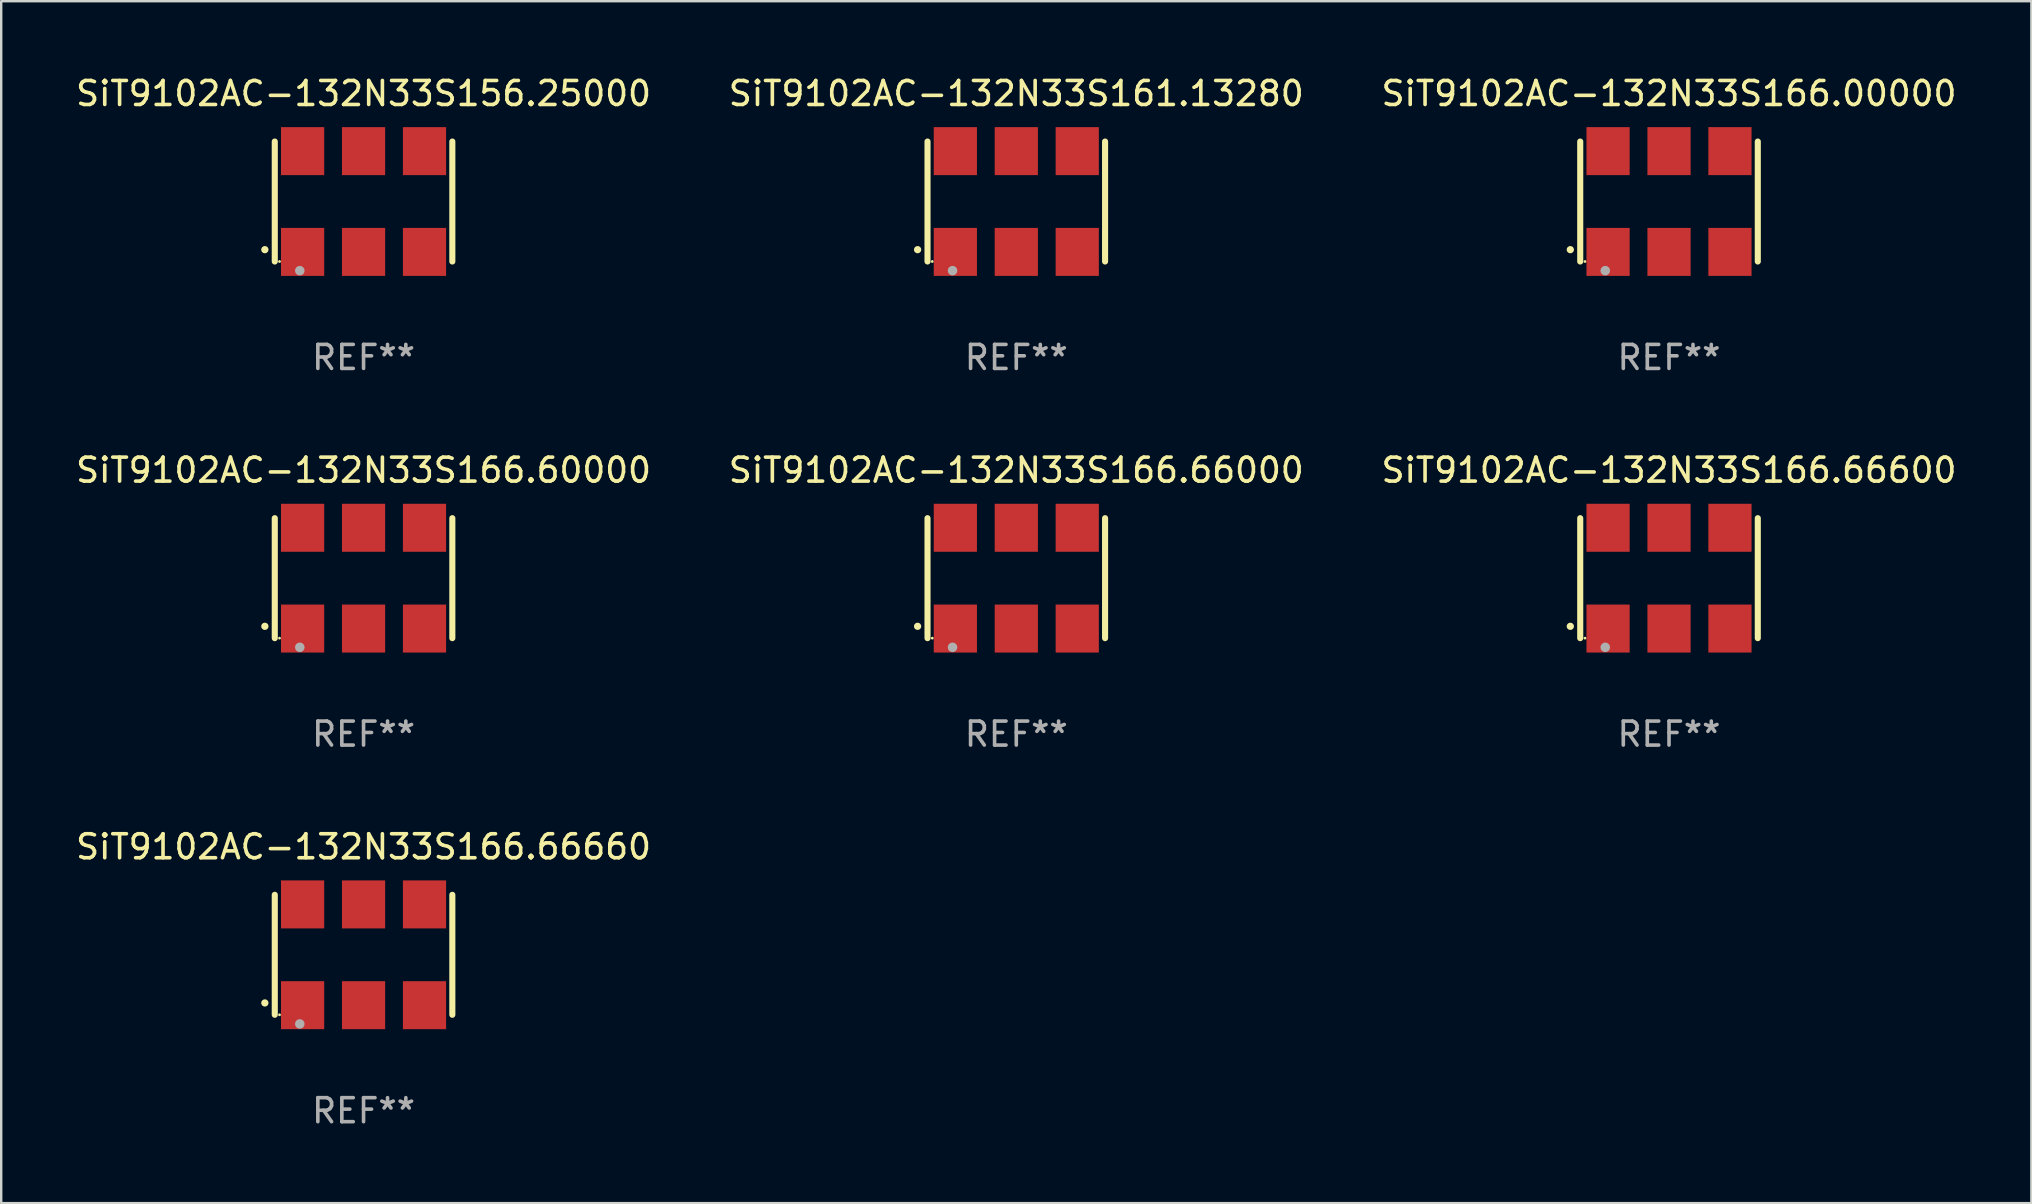
<source format=kicad_pcb>
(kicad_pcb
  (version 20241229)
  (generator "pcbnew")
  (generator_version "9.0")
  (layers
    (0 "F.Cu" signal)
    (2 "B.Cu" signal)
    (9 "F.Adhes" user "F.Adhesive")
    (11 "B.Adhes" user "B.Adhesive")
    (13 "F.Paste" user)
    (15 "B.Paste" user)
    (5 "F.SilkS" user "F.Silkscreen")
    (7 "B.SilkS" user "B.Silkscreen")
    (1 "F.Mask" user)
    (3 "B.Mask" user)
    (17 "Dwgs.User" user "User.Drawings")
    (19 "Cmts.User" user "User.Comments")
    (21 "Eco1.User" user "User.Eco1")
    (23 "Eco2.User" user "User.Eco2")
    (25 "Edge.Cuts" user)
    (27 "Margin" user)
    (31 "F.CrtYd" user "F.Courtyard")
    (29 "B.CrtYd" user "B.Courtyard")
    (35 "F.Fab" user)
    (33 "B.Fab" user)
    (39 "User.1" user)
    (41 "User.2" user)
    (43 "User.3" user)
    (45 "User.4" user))
  (footprint "SiT9102AC-132N33S166.66600"
    (layer "F.Cu")
    (at 66.506 21.045)
    (property "Reference" "SiT9102AC-132N33S166.66600" (at 0 -4.5 0) (layer "F.SilkS") (effects (font (size 1 1) (thickness 0.15))))
    (attr through_hole)
    (fp_line (start -3.7 -2.5) (end -3.7 2.5) (stroke (width 0.254) (type solid)) (layer "F.SilkS"))
    (fp_line (start 3.7 -2.5) (end 3.7 2.5) (stroke (width 0.254) (type solid)) (layer "F.SilkS"))
    (fp_arc (start -4.114415 2.006604) (mid -4.113145 2.006599) (end -4.111875 2.006604) (stroke (width 0.3) (type solid)) (layer "F.SilkS"))
    (fp_circle (center -3.502 2.5) (end -3.472 2.5) (stroke (width 0.06) (type solid)) (fill no) (layer "F.SilkS"))
    (fp_circle (center -2.657 2.882) (end -2.557 2.882) (stroke (width 0.2) (type solid)) (fill no) (layer "F.Fab"))
    (fp_text user "REF**" (at 0 6.5 0) (layer "F.Fab") (effects (font (size 1 1) (thickness 0.15))))
    (pad "1" smd rect (at -2.54 2.1) (size 1.8 2) (layers "F.Cu" "F.Mask" "F.Paste"))
    (pad "2" smd rect (at 0.000394 2.1) (size 1.8 2) (layers "F.Cu" "F.Mask" "F.Paste"))
    (pad "3" smd rect (at 2.54 2.1) (size 1.8 2) (layers "F.Cu" "F.Mask" "F.Paste"))
    (pad "4" smd rect (at 2.54 -2.1) (size 1.8 2) (layers "F.Cu" "F.Mask" "F.Paste"))
    (pad "5" smd rect (at 0.000394 -2.1) (size 1.8 2) (layers "F.Cu" "F.Mask" "F.Paste"))
    (pad "6" smd rect (at -2.54 -2.1) (size 1.8 2) (layers "F.Cu" "F.Mask" "F.Paste")))
  (footprint "SiT9102AC-132N33S166.66000"
    (layer "F.Cu")
    (at 39.304 21.045)
    (property "Reference" "SiT9102AC-132N33S166.66000" (at 0 -4.5 0) (layer "F.SilkS") (effects (font (size 1 1) (thickness 0.15))))
    (attr through_hole)
    (fp_line (start -3.7 -2.5) (end -3.7 2.5) (stroke (width 0.254) (type solid)) (layer "F.SilkS"))
    (fp_line (start 3.7 -2.5) (end 3.7 2.5) (stroke (width 0.254) (type solid)) (layer "F.SilkS"))
    (fp_arc (start -4.114415 2.006604) (mid -4.113145 2.006599) (end -4.111875 2.006604) (stroke (width 0.3) (type solid)) (layer "F.SilkS"))
    (fp_circle (center -3.502 2.5) (end -3.472 2.5) (stroke (width 0.06) (type solid)) (fill no) (layer "F.SilkS"))
    (fp_circle (center -2.657 2.882) (end -2.557 2.882) (stroke (width 0.2) (type solid)) (fill no) (layer "F.Fab"))
    (fp_text user "REF**" (at 0 6.5 0) (layer "F.Fab") (effects (font (size 1 1) (thickness 0.15))))
    (pad "1" smd rect (at -2.54 2.1) (size 1.8 2) (layers "F.Cu" "F.Mask" "F.Paste"))
    (pad "2" smd rect (at 0.000394 2.1) (size 1.8 2) (layers "F.Cu" "F.Mask" "F.Paste"))
    (pad "3" smd rect (at 2.54 2.1) (size 1.8 2) (layers "F.Cu" "F.Mask" "F.Paste"))
    (pad "4" smd rect (at 2.54 -2.1) (size 1.8 2) (layers "F.Cu" "F.Mask" "F.Paste"))
    (pad "5" smd rect (at 0.000394 -2.1) (size 1.8 2) (layers "F.Cu" "F.Mask" "F.Paste"))
    (pad "6" smd rect (at -2.54 -2.1) (size 1.8 2) (layers "F.Cu" "F.Mask" "F.Paste")))
  (footprint "SiT9102AC-132N33S166.66660"
    (layer "F.Cu")
    (at 12.101 36.741)
    (property "Reference" "SiT9102AC-132N33S166.66660" (at 0 -4.5 0) (layer "F.SilkS") (effects (font (size 1 1) (thickness 0.15))))
    (attr through_hole)
    (fp_line (start -3.7 -2.5) (end -3.7 2.5) (stroke (width 0.254) (type solid)) (layer "F.SilkS"))
    (fp_line (start 3.7 -2.5) (end 3.7 2.5) (stroke (width 0.254) (type solid)) (layer "F.SilkS"))
    (fp_arc (start -4.114415 2.006604) (mid -4.113145 2.006599) (end -4.111875 2.006604) (stroke (width 0.3) (type solid)) (layer "F.SilkS"))
    (fp_circle (center -3.502 2.5) (end -3.472 2.5) (stroke (width 0.06) (type solid)) (fill no) (layer "F.SilkS"))
    (fp_circle (center -2.657 2.882) (end -2.557 2.882) (stroke (width 0.2) (type solid)) (fill no) (layer "F.Fab"))
    (fp_text user "REF**" (at 0 6.5 0) (layer "F.Fab") (effects (font (size 1 1) (thickness 0.15))))
    (pad "1" smd rect (at -2.54 2.1) (size 1.8 2) (layers "F.Cu" "F.Mask" "F.Paste"))
    (pad "2" smd rect (at 0.000394 2.1) (size 1.8 2) (layers "F.Cu" "F.Mask" "F.Paste"))
    (pad "3" smd rect (at 2.54 2.1) (size 1.8 2) (layers "F.Cu" "F.Mask" "F.Paste"))
    (pad "4" smd rect (at 2.54 -2.1) (size 1.8 2) (layers "F.Cu" "F.Mask" "F.Paste"))
    (pad "5" smd rect (at 0.000394 -2.1) (size 1.8 2) (layers "F.Cu" "F.Mask" "F.Paste"))
    (pad "6" smd rect (at -2.54 -2.1) (size 1.8 2) (layers "F.Cu" "F.Mask" "F.Paste")))
  (footprint "SiT9102AC-132N33S161.13280"
    (layer "F.Cu")
    (at 39.304 5.348)
    (property "Reference" "SiT9102AC-132N33S161.13280" (at 0 -4.5 0) (layer "F.SilkS") (effects (font (size 1 1) (thickness 0.15))))
    (attr through_hole)
    (fp_line (start -3.7 -2.5) (end -3.7 2.5) (stroke (width 0.254) (type solid)) (layer "F.SilkS"))
    (fp_line (start 3.7 -2.5) (end 3.7 2.5) (stroke (width 0.254) (type solid)) (layer "F.SilkS"))
    (fp_arc (start -4.114415 2.006604) (mid -4.113145 2.006599) (end -4.111875 2.006604) (stroke (width 0.3) (type solid)) (layer "F.SilkS"))
    (fp_circle (center -3.502 2.5) (end -3.472 2.5) (stroke (width 0.06) (type solid)) (fill no) (layer "F.SilkS"))
    (fp_circle (center -2.657 2.882) (end -2.557 2.882) (stroke (width 0.2) (type solid)) (fill no) (layer "F.Fab"))
    (fp_text user "REF**" (at 0 6.5 0) (layer "F.Fab") (effects (font (size 1 1) (thickness 0.15))))
    (pad "1" smd rect (at -2.54 2.1) (size 1.8 2) (layers "F.Cu" "F.Mask" "F.Paste"))
    (pad "2" smd rect (at 0.000394 2.1) (size 1.8 2) (layers "F.Cu" "F.Mask" "F.Paste"))
    (pad "3" smd rect (at 2.54 2.1) (size 1.8 2) (layers "F.Cu" "F.Mask" "F.Paste"))
    (pad "4" smd rect (at 2.54 -2.1) (size 1.8 2) (layers "F.Cu" "F.Mask" "F.Paste"))
    (pad "5" smd rect (at 0.000394 -2.1) (size 1.8 2) (layers "F.Cu" "F.Mask" "F.Paste"))
    (pad "6" smd rect (at -2.54 -2.1) (size 1.8 2) (layers "F.Cu" "F.Mask" "F.Paste")))
  (footprint "SiT9102AC-132N33S166.60000"
    (layer "F.Cu")
    (at 12.101 21.045)
    (property "Reference" "SiT9102AC-132N33S166.60000" (at 0 -4.5 0) (layer "F.SilkS") (effects (font (size 1 1) (thickness 0.15))))
    (attr through_hole)
    (fp_line (start -3.7 -2.5) (end -3.7 2.5) (stroke (width 0.254) (type solid)) (layer "F.SilkS"))
    (fp_line (start 3.7 -2.5) (end 3.7 2.5) (stroke (width 0.254) (type solid)) (layer "F.SilkS"))
    (fp_arc (start -4.114415 2.006604) (mid -4.113145 2.006599) (end -4.111875 2.006604) (stroke (width 0.3) (type solid)) (layer "F.SilkS"))
    (fp_circle (center -3.502 2.5) (end -3.472 2.5) (stroke (width 0.06) (type solid)) (fill no) (layer "F.SilkS"))
    (fp_circle (center -2.657 2.882) (end -2.557 2.882) (stroke (width 0.2) (type solid)) (fill no) (layer "F.Fab"))
    (fp_text user "REF**" (at 0 6.5 0) (layer "F.Fab") (effects (font (size 1 1) (thickness 0.15))))
    (pad "1" smd rect (at -2.54 2.1) (size 1.8 2) (layers "F.Cu" "F.Mask" "F.Paste"))
    (pad "2" smd rect (at 0.000394 2.1) (size 1.8 2) (layers "F.Cu" "F.Mask" "F.Paste"))
    (pad "3" smd rect (at 2.54 2.1) (size 1.8 2) (layers "F.Cu" "F.Mask" "F.Paste"))
    (pad "4" smd rect (at 2.54 -2.1) (size 1.8 2) (layers "F.Cu" "F.Mask" "F.Paste"))
    (pad "5" smd rect (at 0.000394 -2.1) (size 1.8 2) (layers "F.Cu" "F.Mask" "F.Paste"))
    (pad "6" smd rect (at -2.54 -2.1) (size 1.8 2) (layers "F.Cu" "F.Mask" "F.Paste")))
  (footprint "SiT9102AC-132N33S156.25000"
    (layer "F.Cu")
    (at 12.101 5.348)
    (property "Reference" "SiT9102AC-132N33S156.25000" (at 0 -4.5 0) (layer "F.SilkS") (effects (font (size 1 1) (thickness 0.15))))
    (attr through_hole)
    (fp_line (start -3.7 -2.5) (end -3.7 2.5) (stroke (width 0.254) (type solid)) (layer "F.SilkS"))
    (fp_line (start 3.7 -2.5) (end 3.7 2.5) (stroke (width 0.254) (type solid)) (layer "F.SilkS"))
    (fp_arc (start -4.114415 2.006604) (mid -4.113145 2.006599) (end -4.111875 2.006604) (stroke (width 0.3) (type solid)) (layer "F.SilkS"))
    (fp_circle (center -3.502 2.5) (end -3.472 2.5) (stroke (width 0.06) (type solid)) (fill no) (layer "F.SilkS"))
    (fp_circle (center -2.657 2.882) (end -2.557 2.882) (stroke (width 0.2) (type solid)) (fill no) (layer "F.Fab"))
    (fp_text user "REF**" (at 0 6.5 0) (layer "F.Fab") (effects (font (size 1 1) (thickness 0.15))))
    (pad "1" smd rect (at -2.54 2.1) (size 1.8 2) (layers "F.Cu" "F.Mask" "F.Paste"))
    (pad "2" smd rect (at 0.000394 2.1) (size 1.8 2) (layers "F.Cu" "F.Mask" "F.Paste"))
    (pad "3" smd rect (at 2.54 2.1) (size 1.8 2) (layers "F.Cu" "F.Mask" "F.Paste"))
    (pad "4" smd rect (at 2.54 -2.1) (size 1.8 2) (layers "F.Cu" "F.Mask" "F.Paste"))
    (pad "5" smd rect (at 0.000394 -2.1) (size 1.8 2) (layers "F.Cu" "F.Mask" "F.Paste"))
    (pad "6" smd rect (at -2.54 -2.1) (size 1.8 2) (layers "F.Cu" "F.Mask" "F.Paste")))
  (footprint "SiT9102AC-132N33S166.00000"
    (layer "F.Cu")
    (at 66.506 5.348)
    (property "Reference" "SiT9102AC-132N33S166.00000" (at 0 -4.5 0) (layer "F.SilkS") (effects (font (size 1 1) (thickness 0.15))))
    (attr through_hole)
    (fp_line (start -3.7 -2.5) (end -3.7 2.5) (stroke (width 0.254) (type solid)) (layer "F.SilkS"))
    (fp_line (start 3.7 -2.5) (end 3.7 2.5) (stroke (width 0.254) (type solid)) (layer "F.SilkS"))
    (fp_arc (start -4.114415 2.006604) (mid -4.113145 2.006599) (end -4.111875 2.006604) (stroke (width 0.3) (type solid)) (layer "F.SilkS"))
    (fp_circle (center -3.502 2.5) (end -3.472 2.5) (stroke (width 0.06) (type solid)) (fill no) (layer "F.SilkS"))
    (fp_circle (center -2.657 2.882) (end -2.557 2.882) (stroke (width 0.2) (type solid)) (fill no) (layer "F.Fab"))
    (fp_text user "REF**" (at 0 6.5 0) (layer "F.Fab") (effects (font (size 1 1) (thickness 0.15))))
    (pad "1" smd rect (at -2.54 2.1) (size 1.8 2) (layers "F.Cu" "F.Mask" "F.Paste"))
    (pad "2" smd rect (at 0.000394 2.1) (size 1.8 2) (layers "F.Cu" "F.Mask" "F.Paste"))
    (pad "3" smd rect (at 2.54 2.1) (size 1.8 2) (layers "F.Cu" "F.Mask" "F.Paste"))
    (pad "4" smd rect (at 2.54 -2.1) (size 1.8 2) (layers "F.Cu" "F.Mask" "F.Paste"))
    (pad "5" smd rect (at 0.000394 -2.1) (size 1.8 2) (layers "F.Cu" "F.Mask" "F.Paste"))
    (pad "6" smd rect (at -2.54 -2.1) (size 1.8 2) (layers "F.Cu" "F.Mask" "F.Paste")))
  (gr_rect
    (start -3 -3)
    (end 81.607 47.09)
    (stroke (width 0.1) (type default))
    (fill no)
    (layer "Edge.Cuts")))
</source>
